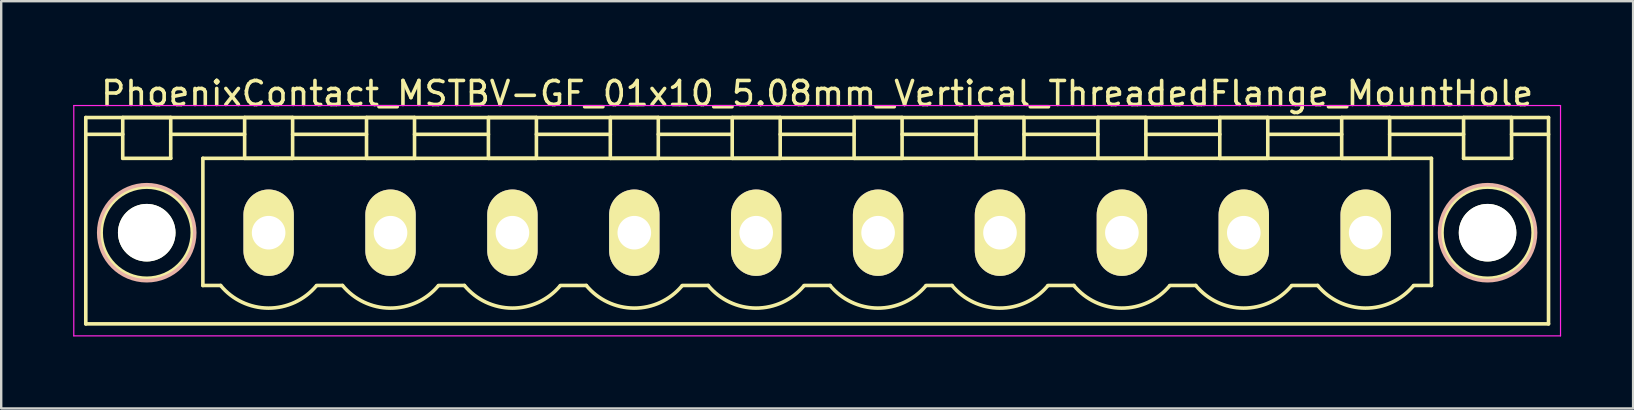
<source format=kicad_pcb>
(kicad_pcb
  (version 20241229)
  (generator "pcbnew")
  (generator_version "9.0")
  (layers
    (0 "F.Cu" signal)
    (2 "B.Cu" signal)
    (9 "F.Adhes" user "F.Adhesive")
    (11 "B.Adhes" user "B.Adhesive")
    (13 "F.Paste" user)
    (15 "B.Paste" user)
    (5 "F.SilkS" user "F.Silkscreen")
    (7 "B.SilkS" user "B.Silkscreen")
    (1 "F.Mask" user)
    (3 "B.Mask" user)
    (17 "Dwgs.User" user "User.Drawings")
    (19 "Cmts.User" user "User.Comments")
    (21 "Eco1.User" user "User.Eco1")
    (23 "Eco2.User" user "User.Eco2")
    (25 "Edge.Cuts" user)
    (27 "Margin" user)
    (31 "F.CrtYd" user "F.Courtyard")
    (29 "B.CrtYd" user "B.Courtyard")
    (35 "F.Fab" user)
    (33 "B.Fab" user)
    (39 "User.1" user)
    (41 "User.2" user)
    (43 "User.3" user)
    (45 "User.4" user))
  (footprint "PhoenixContact_MSTBV-GF_01x10_5.08mm_Vertical_ThreadedFlange_MountHole"
    (layer "F.Cu")
    (at 8.145 6.648)
    (property "Reference" "PhoenixContact_MSTBV-GF_01x10_5.08mm_Vertical_ThreadedFlange_MountHole" (at 22.86 -5.8 0) (layer "F.SilkS") (effects (font (size 1 1) (thickness 0.15))))
    (attr through_hole)
    (fp_line (start -7.62 -4.8) (end -7.62 3.8) (stroke (width 0.15) (type solid)) (layer "F.SilkS"))
    (fp_line (start -7.62 -4.1) (end -6.08 -4.1) (stroke (width 0.15) (type solid)) (layer "F.SilkS"))
    (fp_line (start -7.62 3.8) (end 53.34 3.8) (stroke (width 0.15) (type solid)) (layer "F.SilkS"))
    (fp_line (start -6.08 -4.8) (end -4.08 -4.8) (stroke (width 0.15) (type solid)) (layer "F.SilkS"))
    (fp_line (start -6.08 -3.1) (end -6.08 -4.8) (stroke (width 0.15) (type solid)) (layer "F.SilkS"))
    (fp_line (start -4.08 -4.8) (end -4.08 -3.1) (stroke (width 0.15) (type solid)) (layer "F.SilkS"))
    (fp_line (start -4.08 -4.1) (end -1 -4.1) (stroke (width 0.15) (type solid)) (layer "F.SilkS"))
    (fp_line (start -4.08 -3.1) (end -6.08 -3.1) (stroke (width 0.15) (type solid)) (layer "F.SilkS"))
    (fp_line (start -2.74 -3.1) (end 48.46 -3.1) (stroke (width 0.15) (type solid)) (layer "F.SilkS"))
    (fp_line (start -2.74 2.2) (end -2.74 -3.1) (stroke (width 0.15) (type solid)) (layer "F.SilkS"))
    (fp_line (start -2 2.2) (end -2.74 2.2) (stroke (width 0.15) (type solid)) (layer "F.SilkS"))
    (fp_line (start -1 -4.8) (end 1 -4.8) (stroke (width 0.15) (type solid)) (layer "F.SilkS"))
    (fp_line (start -1 -3.1) (end -1 -4.8) (stroke (width 0.15) (type solid)) (layer "F.SilkS"))
    (fp_line (start 1 -4.8) (end 1 -3.1) (stroke (width 0.15) (type solid)) (layer "F.SilkS"))
    (fp_line (start 1 -4.1) (end 4.08 -4.1) (stroke (width 0.15) (type solid)) (layer "F.SilkS"))
    (fp_line (start 1 -3.1) (end -1 -3.1) (stroke (width 0.15) (type solid)) (layer "F.SilkS"))
    (fp_line (start 2 2.2) (end 3.08 2.2) (stroke (width 0.15) (type solid)) (layer "F.SilkS"))
    (fp_line (start 4.08 -4.8) (end 6.08 -4.8) (stroke (width 0.15) (type solid)) (layer "F.SilkS"))
    (fp_line (start 4.08 -3.1) (end 4.08 -4.8) (stroke (width 0.15) (type solid)) (layer "F.SilkS"))
    (fp_line (start 6.08 -4.8) (end 6.08 -3.1) (stroke (width 0.15) (type solid)) (layer "F.SilkS"))
    (fp_line (start 6.08 -4.1) (end 9.16 -4.1) (stroke (width 0.15) (type solid)) (layer "F.SilkS"))
    (fp_line (start 6.08 -3.1) (end 4.08 -3.1) (stroke (width 0.15) (type solid)) (layer "F.SilkS"))
    (fp_line (start 7.08 2.2) (end 8.16 2.2) (stroke (width 0.15) (type solid)) (layer "F.SilkS"))
    (fp_line (start 9.16 -4.8) (end 11.16 -4.8) (stroke (width 0.15) (type solid)) (layer "F.SilkS"))
    (fp_line (start 9.16 -3.1) (end 9.16 -4.8) (stroke (width 0.15) (type solid)) (layer "F.SilkS"))
    (fp_line (start 11.16 -4.8) (end 11.16 -3.1) (stroke (width 0.15) (type solid)) (layer "F.SilkS"))
    (fp_line (start 11.16 -4.1) (end 14.24 -4.1) (stroke (width 0.15) (type solid)) (layer "F.SilkS"))
    (fp_line (start 11.16 -3.1) (end 9.16 -3.1) (stroke (width 0.15) (type solid)) (layer "F.SilkS"))
    (fp_line (start 12.16 2.2) (end 13.24 2.2) (stroke (width 0.15) (type solid)) (layer "F.SilkS"))
    (fp_line (start 14.24 -4.8) (end 16.24 -4.8) (stroke (width 0.15) (type solid)) (layer "F.SilkS"))
    (fp_line (start 14.24 -3.1) (end 14.24 -4.8) (stroke (width 0.15) (type solid)) (layer "F.SilkS"))
    (fp_line (start 16.24 -4.8) (end 16.24 -3.1) (stroke (width 0.15) (type solid)) (layer "F.SilkS"))
    (fp_line (start 16.24 -4.1) (end 19.32 -4.1) (stroke (width 0.15) (type solid)) (layer "F.SilkS"))
    (fp_line (start 16.24 -3.1) (end 14.24 -3.1) (stroke (width 0.15) (type solid)) (layer "F.SilkS"))
    (fp_line (start 17.24 2.2) (end 18.32 2.2) (stroke (width 0.15) (type solid)) (layer "F.SilkS"))
    (fp_line (start 19.32 -4.8) (end 21.32 -4.8) (stroke (width 0.15) (type solid)) (layer "F.SilkS"))
    (fp_line (start 19.32 -3.1) (end 19.32 -4.8) (stroke (width 0.15) (type solid)) (layer "F.SilkS"))
    (fp_line (start 21.32 -4.8) (end 21.32 -3.1) (stroke (width 0.15) (type solid)) (layer "F.SilkS"))
    (fp_line (start 21.32 -4.1) (end 24.4 -4.1) (stroke (width 0.15) (type solid)) (layer "F.SilkS"))
    (fp_line (start 21.32 -3.1) (end 19.32 -3.1) (stroke (width 0.15) (type solid)) (layer "F.SilkS"))
    (fp_line (start 22.32 2.2) (end 23.4 2.2) (stroke (width 0.15) (type solid)) (layer "F.SilkS"))
    (fp_line (start 24.4 -4.8) (end 26.4 -4.8) (stroke (width 0.15) (type solid)) (layer "F.SilkS"))
    (fp_line (start 24.4 -3.1) (end 24.4 -4.8) (stroke (width 0.15) (type solid)) (layer "F.SilkS"))
    (fp_line (start 26.4 -4.8) (end 26.4 -3.1) (stroke (width 0.15) (type solid)) (layer "F.SilkS"))
    (fp_line (start 26.4 -4.1) (end 29.48 -4.1) (stroke (width 0.15) (type solid)) (layer "F.SilkS"))
    (fp_line (start 26.4 -3.1) (end 24.4 -3.1) (stroke (width 0.15) (type solid)) (layer "F.SilkS"))
    (fp_line (start 27.4 2.2) (end 28.48 2.2) (stroke (width 0.15) (type solid)) (layer "F.SilkS"))
    (fp_line (start 29.48 -4.8) (end 31.48 -4.8) (stroke (width 0.15) (type solid)) (layer "F.SilkS"))
    (fp_line (start 29.48 -3.1) (end 29.48 -4.8) (stroke (width 0.15) (type solid)) (layer "F.SilkS"))
    (fp_line (start 31.48 -4.8) (end 31.48 -3.1) (stroke (width 0.15) (type solid)) (layer "F.SilkS"))
    (fp_line (start 31.48 -4.1) (end 34.56 -4.1) (stroke (width 0.15) (type solid)) (layer "F.SilkS"))
    (fp_line (start 31.48 -3.1) (end 29.48 -3.1) (stroke (width 0.15) (type solid)) (layer "F.SilkS"))
    (fp_line (start 32.48 2.2) (end 33.56 2.2) (stroke (width 0.15) (type solid)) (layer "F.SilkS"))
    (fp_line (start 34.56 -4.8) (end 36.56 -4.8) (stroke (width 0.15) (type solid)) (layer "F.SilkS"))
    (fp_line (start 34.56 -3.1) (end 34.56 -4.8) (stroke (width 0.15) (type solid)) (layer "F.SilkS"))
    (fp_line (start 36.56 -4.8) (end 36.56 -3.1) (stroke (width 0.15) (type solid)) (layer "F.SilkS"))
    (fp_line (start 36.56 -4.1) (end 39.64 -4.1) (stroke (width 0.15) (type solid)) (layer "F.SilkS"))
    (fp_line (start 36.56 -3.1) (end 34.56 -3.1) (stroke (width 0.15) (type solid)) (layer "F.SilkS"))
    (fp_line (start 37.56 2.2) (end 38.64 2.2) (stroke (width 0.15) (type solid)) (layer "F.SilkS"))
    (fp_line (start 39.64 -4.8) (end 41.64 -4.8) (stroke (width 0.15) (type solid)) (layer "F.SilkS"))
    (fp_line (start 39.64 -3.1) (end 39.64 -4.8) (stroke (width 0.15) (type solid)) (layer "F.SilkS"))
    (fp_line (start 41.64 -4.8) (end 41.64 -3.1) (stroke (width 0.15) (type solid)) (layer "F.SilkS"))
    (fp_line (start 41.64 -4.1) (end 44.72 -4.1) (stroke (width 0.15) (type solid)) (layer "F.SilkS"))
    (fp_line (start 41.64 -3.1) (end 39.64 -3.1) (stroke (width 0.15) (type solid)) (layer "F.SilkS"))
    (fp_line (start 42.64 2.2) (end 43.72 2.2) (stroke (width 0.15) (type solid)) (layer "F.SilkS"))
    (fp_line (start 44.72 -4.8) (end 46.72 -4.8) (stroke (width 0.15) (type solid)) (layer "F.SilkS"))
    (fp_line (start 44.72 -3.1) (end 44.72 -4.8) (stroke (width 0.15) (type solid)) (layer "F.SilkS"))
    (fp_line (start 46.72 -4.8) (end 46.72 -3.1) (stroke (width 0.15) (type solid)) (layer "F.SilkS"))
    (fp_line (start 46.72 -4.1) (end 49.8 -4.1) (stroke (width 0.15) (type solid)) (layer "F.SilkS"))
    (fp_line (start 46.72 -3.1) (end 44.72 -3.1) (stroke (width 0.15) (type solid)) (layer "F.SilkS"))
    (fp_line (start 48.46 -3.1) (end 48.46 2.2) (stroke (width 0.15) (type solid)) (layer "F.SilkS"))
    (fp_line (start 48.46 2.2) (end 47.72 2.2) (stroke (width 0.15) (type solid)) (layer "F.SilkS"))
    (fp_line (start 49.8 -4.8) (end 51.8 -4.8) (stroke (width 0.15) (type solid)) (layer "F.SilkS"))
    (fp_line (start 49.8 -3.1) (end 49.8 -4.8) (stroke (width 0.15) (type solid)) (layer "F.SilkS"))
    (fp_line (start 51.8 -4.8) (end 51.8 -3.1) (stroke (width 0.15) (type solid)) (layer "F.SilkS"))
    (fp_line (start 51.8 -3.1) (end 49.8 -3.1) (stroke (width 0.15) (type solid)) (layer "F.SilkS"))
    (fp_line (start 53.34 -4.8) (end -7.62 -4.8) (stroke (width 0.15) (type solid)) (layer "F.SilkS"))
    (fp_line (start 53.34 -4.1) (end 51.8 -4.1) (stroke (width 0.15) (type solid)) (layer "F.SilkS"))
    (fp_line (start 53.34 3.8) (end 53.34 -4.8) (stroke (width 0.15) (type solid)) (layer "F.SilkS"))
    (fp_arc (start 1.986842 2.215821) (mid -0.010289 3.142758) (end -2 2.2) (stroke (width 0.15) (type solid)) (layer "F.SilkS"))
    (fp_arc (start 7.066842 2.215821) (mid 5.069711 3.142758) (end 3.08 2.2) (stroke (width 0.15) (type solid)) (layer "F.SilkS"))
    (fp_arc (start 12.146842 2.215821) (mid 10.149711 3.142758) (end 8.16 2.2) (stroke (width 0.15) (type solid)) (layer "F.SilkS"))
    (fp_arc (start 17.226842 2.215821) (mid 15.229711 3.142758) (end 13.24 2.2) (stroke (width 0.15) (type solid)) (layer "F.SilkS"))
    (fp_arc (start 22.306842 2.215821) (mid 20.309711 3.142758) (end 18.32 2.2) (stroke (width 0.15) (type solid)) (layer "F.SilkS"))
    (fp_arc (start 27.386842 2.215821) (mid 25.389711 3.142758) (end 23.4 2.2) (stroke (width 0.15) (type solid)) (layer "F.SilkS"))
    (fp_arc (start 32.466842 2.215821) (mid 30.469711 3.142758) (end 28.48 2.2) (stroke (width 0.15) (type solid)) (layer "F.SilkS"))
    (fp_arc (start 37.546842 2.215821) (mid 35.549711 3.142758) (end 33.56 2.2) (stroke (width 0.15) (type solid)) (layer "F.SilkS"))
    (fp_arc (start 42.626842 2.215821) (mid 40.629711 3.142758) (end 38.64 2.2) (stroke (width 0.15) (type solid)) (layer "F.SilkS"))
    (fp_arc (start 47.706842 2.215821) (mid 45.709711 3.142758) (end 43.72 2.2) (stroke (width 0.15) (type solid)) (layer "F.SilkS"))
    (fp_circle (center -5.08 0) (end -4.08 0) (stroke (width 0.15) (type solid)) (fill no) (layer "F.SilkS"))
    (fp_circle (center -5.08 0) (end -3.18 0) (stroke (width 0.15) (type solid)) (fill no) (layer "F.SilkS"))
    (fp_circle (center 50.8 0) (end 51.8 0) (stroke (width 0.15) (type solid)) (fill no) (layer "F.SilkS"))
    (fp_circle (center 50.8 0) (end 52.7 0) (stroke (width 0.15) (type solid)) (fill no) (layer "F.SilkS"))
    (fp_circle (center -5.08 0) (end -3.08 0) (stroke (width 0.15) (type solid)) (fill no) (layer "B.SilkS"))
    (fp_circle (center 50.8 0) (end 52.8 0) (stroke (width 0.15) (type solid)) (fill no) (layer "B.SilkS"))
    (fp_line (start -8.12 -5.3) (end -8.12 4.3) (stroke (width 0.05) (type solid)) (layer "F.CrtYd"))
    (fp_line (start -8.12 4.3) (end 53.84 4.3) (stroke (width 0.05) (type solid)) (layer "F.CrtYd"))
    (fp_line (start 53.84 -5.3) (end -8.12 -5.3) (stroke (width 0.05) (type solid)) (layer "F.CrtYd"))
    (fp_line (start 53.84 4.3) (end 53.84 -5.3) (stroke (width 0.05) (type solid)) (layer "F.CrtYd"))
    (pad "" np_thru_hole circle (at -5.08 0) (size 2.4 2.4) (drill 2.4) (layers "*.Cu" "*.Mask" "F.SilkS"))
    (pad "" np_thru_hole circle (at 50.8 0) (size 2.4 2.4) (drill 2.4) (layers "*.Cu" "*.Mask" "F.SilkS"))
    (pad "1" thru_hole oval (at 0 0) (size 2.1 3.6) (drill 1.4) (layers "*.Cu" "*.Mask" "F.SilkS"))
    (pad "2" thru_hole oval (at 5.08 0) (size 2.1 3.6) (drill 1.4) (layers "*.Cu" "*.Mask" "F.SilkS"))
    (pad "3" thru_hole oval (at 10.16 0) (size 2.1 3.6) (drill 1.4) (layers "*.Cu" "*.Mask" "F.SilkS"))
    (pad "4" thru_hole oval (at 15.24 0) (size 2.1 3.6) (drill 1.4) (layers "*.Cu" "*.Mask" "F.SilkS"))
    (pad "5" thru_hole oval (at 20.32 0) (size 2.1 3.6) (drill 1.4) (layers "*.Cu" "*.Mask" "F.SilkS"))
    (pad "6" thru_hole oval (at 25.4 0) (size 2.1 3.6) (drill 1.4) (layers "*.Cu" "*.Mask" "F.SilkS"))
    (pad "7" thru_hole oval (at 30.48 0) (size 2.1 3.6) (drill 1.4) (layers "*.Cu" "*.Mask" "F.SilkS"))
    (pad "8" thru_hole oval (at 35.56 0) (size 2.1 3.6) (drill 1.4) (layers "*.Cu" "*.Mask" "F.SilkS"))
    (pad "9" thru_hole oval (at 40.64 0) (size 2.1 3.6) (drill 1.4) (layers "*.Cu" "*.Mask" "F.SilkS"))
    (pad "10" thru_hole oval (at 45.72 0) (size 2.1 3.6) (drill 1.4) (layers "*.Cu" "*.Mask" "F.SilkS")))
  (gr_rect
    (start -3 -3)
    (end 65.01 13.973)
    (stroke (width 0.1) (type default))
    (fill no)
    (layer "Edge.Cuts")))
</source>
